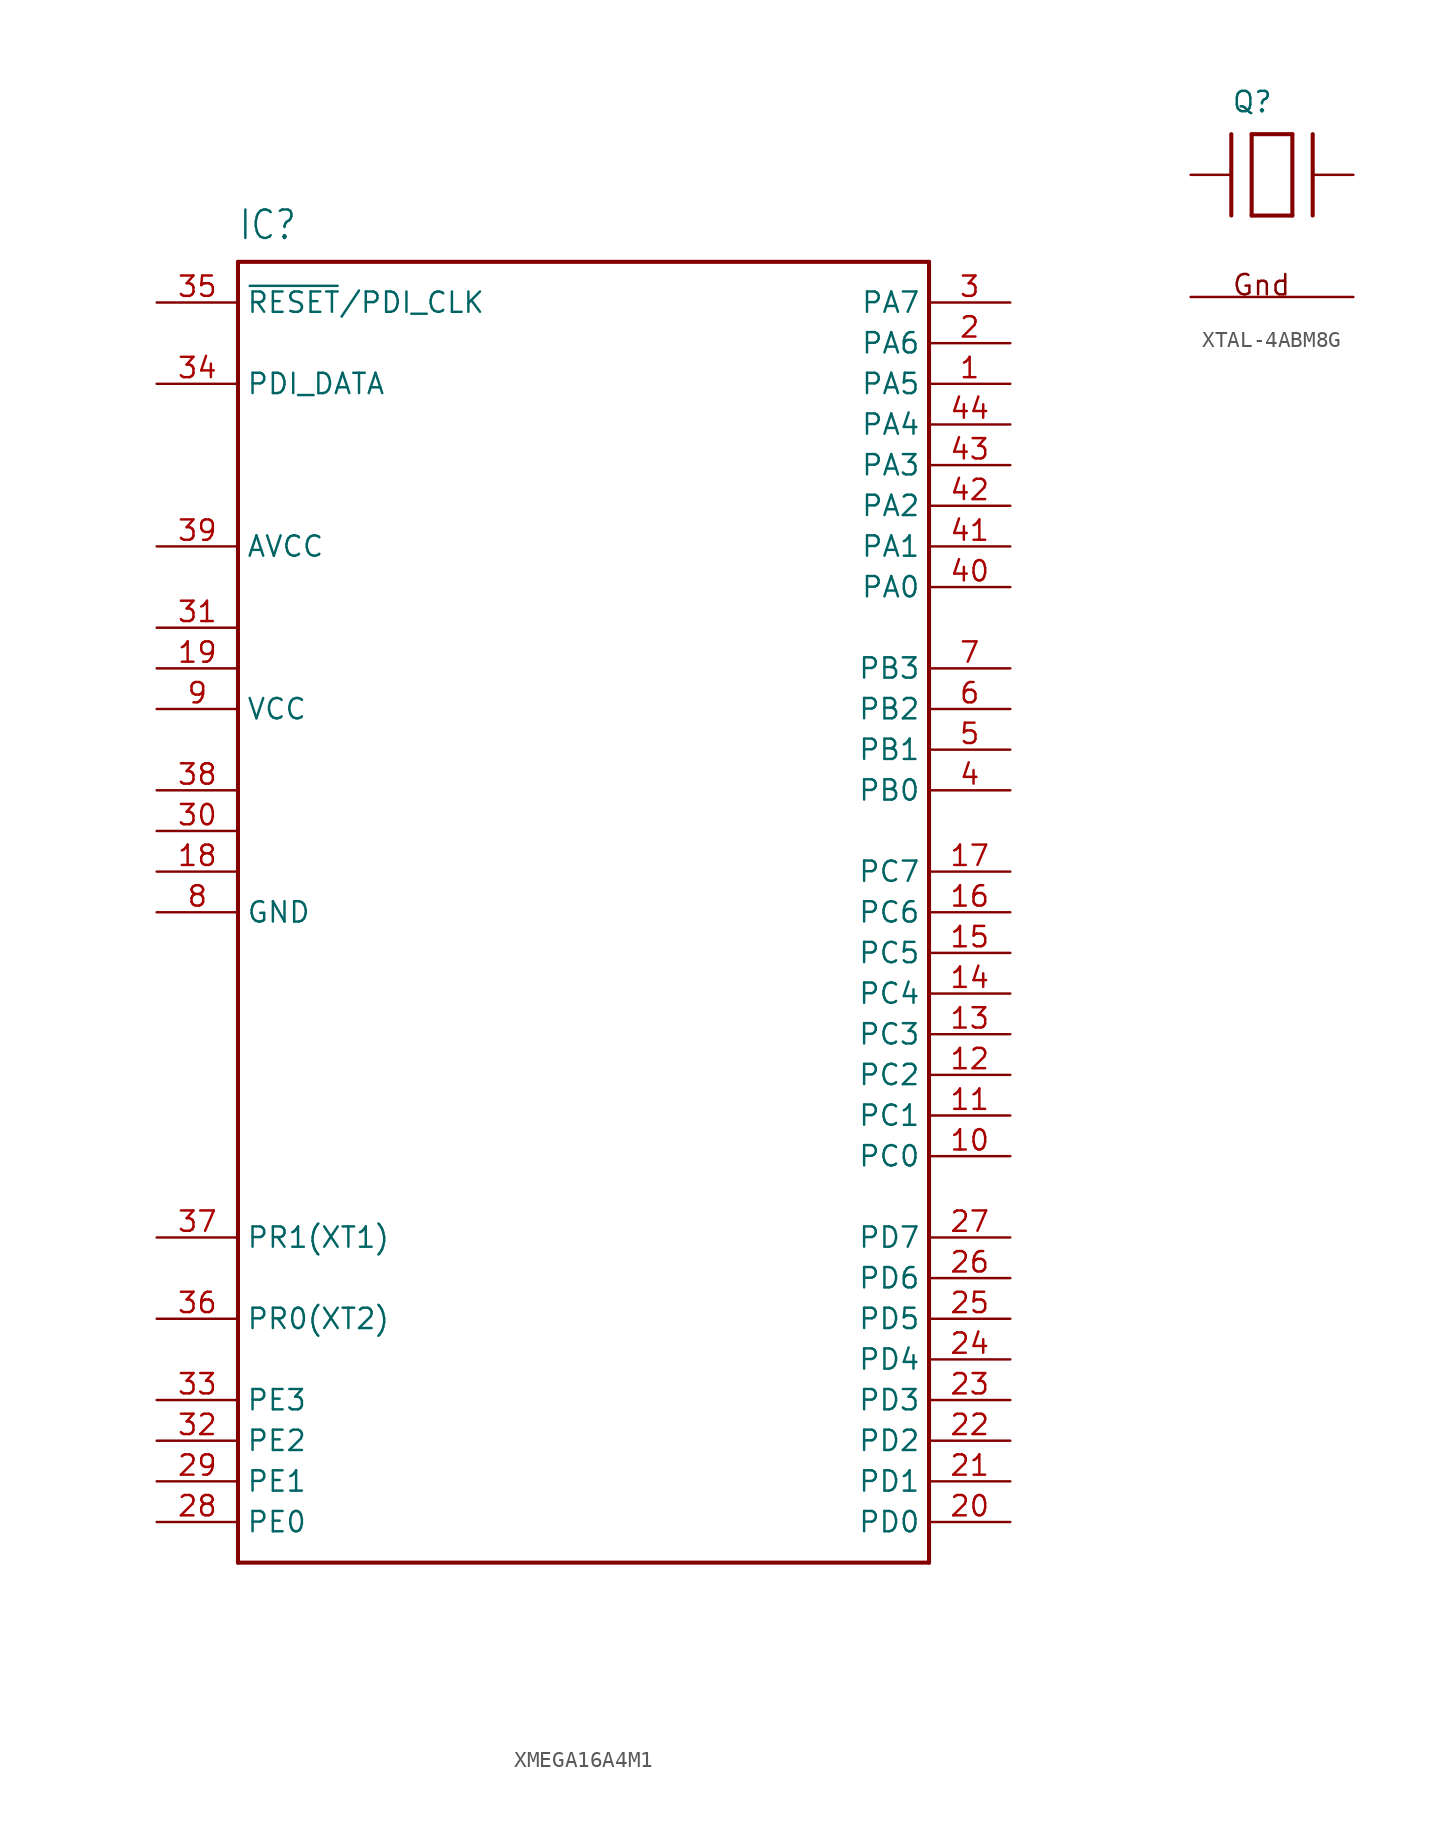
<source format=kicad_sym>
(kicad_symbol_lib
  (version 20220914)
  (generator kicad_symbol_editor)
  (symbol "XMEGA16A4M1"
    (property "Reference" "IC"
      (at -20.32 41.91 0)
      (effects (font (size 1.778 1.511)) (justify left bottom)))
    (property "Value" ""
      (at -20.32 -43.18 0)
      (effects (font (size 1.778 1.511)) (justify left bottom)))
    (property "ki_locked" ""
      (at 0 0 0)
      (effects (font (size 1.27 1.27))))
    (symbol "XMEGA16A4M1_1_0"
      (polyline (pts (xy -20.32 -40.64) (xy -20.32 40.64)) (stroke (width 0.254) (type solid)) (fill (type none)))
      (polyline (pts (xy -20.32 40.64) (xy 22.86 40.64)) (stroke (width 0.254) (type solid)) (fill (type none)))
      (polyline (pts (xy 22.86 -40.64) (xy -20.32 -40.64)) (stroke (width 0.254) (type solid)) (fill (type none)))
      (polyline (pts (xy 22.86 40.64) (xy 22.86 -40.64)) (stroke (width 0.254) (type solid)) (fill (type none)))
      (pin bidirectional line (at 27.94 33.02 180) (length 5.08) (name "PA5" (effects (font (size 1.27 1.27)))) (number "1" (effects (font (size 1.27 1.27)))))
      (pin bidirectional line (at 27.94 -15.24 180) (length 5.08) (name "PC0" (effects (font (size 1.27 1.27)))) (number "10" (effects (font (size 1.27 1.27)))))
      (pin bidirectional line (at 27.94 -12.7 180) (length 5.08) (name "PC1" (effects (font (size 1.27 1.27)))) (number "11" (effects (font (size 1.27 1.27)))))
      (pin bidirectional line (at 27.94 -10.16 180) (length 5.08) (name "PC2" (effects (font (size 1.27 1.27)))) (number "12" (effects (font (size 1.27 1.27)))))
      (pin bidirectional line (at 27.94 -7.62 180) (length 5.08) (name "PC3" (effects (font (size 1.27 1.27)))) (number "13" (effects (font (size 1.27 1.27)))))
      (pin bidirectional line (at 27.94 -5.08 180) (length 5.08) (name "PC4" (effects (font (size 1.27 1.27)))) (number "14" (effects (font (size 1.27 1.27)))))
      (pin bidirectional line (at 27.94 -2.54 180) (length 5.08) (name "PC5" (effects (font (size 1.27 1.27)))) (number "15" (effects (font (size 1.27 1.27)))))
      (pin bidirectional line (at 27.94 0 180) (length 5.08) (name "PC6" (effects (font (size 1.27 1.27)))) (number "16" (effects (font (size 1.27 1.27)))))
      (pin bidirectional line (at 27.94 2.54 180) (length 5.08) (name "PC7" (effects (font (size 1.27 1.27)))) (number "17" (effects (font (size 1.27 1.27)))))
      (pin power_in line (at -25.4 2.54 0) (length 5.08) (name "GND1" (effects (font (size 0 0)))) (number "18" (effects (font (size 1.27 1.27)))))
      (pin power_in line (at -25.4 15.24 0) (length 5.08) (name "VCC1" (effects (font (size 0 0)))) (number "19" (effects (font (size 1.27 1.27)))))
      (pin bidirectional line (at 27.94 35.56 180) (length 5.08) (name "PA6" (effects (font (size 1.27 1.27)))) (number "2" (effects (font (size 1.27 1.27)))))
      (pin bidirectional line (at 27.94 -38.1 180) (length 5.08) (name "PD0" (effects (font (size 1.27 1.27)))) (number "20" (effects (font (size 1.27 1.27)))))
      (pin bidirectional line (at 27.94 -35.56 180) (length 5.08) (name "PD1" (effects (font (size 1.27 1.27)))) (number "21" (effects (font (size 1.27 1.27)))))
      (pin bidirectional line (at 27.94 -33.02 180) (length 5.08) (name "PD2" (effects (font (size 1.27 1.27)))) (number "22" (effects (font (size 1.27 1.27)))))
      (pin bidirectional line (at 27.94 -30.48 180) (length 5.08) (name "PD3" (effects (font (size 1.27 1.27)))) (number "23" (effects (font (size 1.27 1.27)))))
      (pin bidirectional line (at 27.94 -27.94 180) (length 5.08) (name "PD4" (effects (font (size 1.27 1.27)))) (number "24" (effects (font (size 1.27 1.27)))))
      (pin bidirectional line (at 27.94 -25.4 180) (length 5.08) (name "PD5" (effects (font (size 1.27 1.27)))) (number "25" (effects (font (size 1.27 1.27)))))
      (pin bidirectional line (at 27.94 -22.86 180) (length 5.08) (name "PD6" (effects (font (size 1.27 1.27)))) (number "26" (effects (font (size 1.27 1.27)))))
      (pin bidirectional line (at 27.94 -20.32 180) (length 5.08) (name "PD7" (effects (font (size 1.27 1.27)))) (number "27" (effects (font (size 1.27 1.27)))))
      (pin bidirectional line (at -25.4 -38.1 0) (length 5.08) (name "PE0" (effects (font (size 1.27 1.27)))) (number "28" (effects (font (size 1.27 1.27)))))
      (pin bidirectional line (at -25.4 -35.56 0) (length 5.08) (name "PE1" (effects (font (size 1.27 1.27)))) (number "29" (effects (font (size 1.27 1.27)))))
      (pin bidirectional line (at 27.94 38.1 180) (length 5.08) (name "PA7" (effects (font (size 1.27 1.27)))) (number "3" (effects (font (size 1.27 1.27)))))
      (pin power_in line (at -25.4 5.08 0) (length 5.08) (name "GND2" (effects (font (size 0 0)))) (number "30" (effects (font (size 1.27 1.27)))))
      (pin power_in line (at -25.4 17.78 0) (length 5.08) (name "VCC2" (effects (font (size 0 0)))) (number "31" (effects (font (size 1.27 1.27)))))
      (pin bidirectional line (at -25.4 -33.02 0) (length 5.08) (name "PE2" (effects (font (size 1.27 1.27)))) (number "32" (effects (font (size 1.27 1.27)))))
      (pin bidirectional line (at -25.4 -30.48 0) (length 5.08) (name "PE3" (effects (font (size 1.27 1.27)))) (number "33" (effects (font (size 1.27 1.27)))))
      (pin bidirectional line (at -25.4 33.02 0) (length 5.08) (name "PDI_DATA" (effects (font (size 1.27 1.27)))) (number "34" (effects (font (size 1.27 1.27)))))
      (pin bidirectional line (at -25.4 38.1 0) (length 5.08) (name "~{RESET}/PDI_CLK" (effects (font (size 1.27 1.27)))) (number "35" (effects (font (size 1.27 1.27)))))
      (pin bidirectional line (at -25.4 -25.4 0) (length 5.08) (name "PR0(XT2)" (effects (font (size 1.27 1.27)))) (number "36" (effects (font (size 1.27 1.27)))))
      (pin bidirectional line (at -25.4 -20.32 0) (length 5.08) (name "PR1(XT1)" (effects (font (size 1.27 1.27)))) (number "37" (effects (font (size 1.27 1.27)))))
      (pin power_in line (at -25.4 7.62 0) (length 5.08) (name "GND3" (effects (font (size 0 0)))) (number "38" (effects (font (size 1.27 1.27)))))
      (pin power_in line (at -25.4 22.86 0) (length 5.08) (name "AVCC" (effects (font (size 1.27 1.27)))) (number "39" (effects (font (size 1.27 1.27)))))
      (pin bidirectional line (at 27.94 7.62 180) (length 5.08) (name "PB0" (effects (font (size 1.27 1.27)))) (number "4" (effects (font (size 1.27 1.27)))))
      (pin bidirectional line (at 27.94 20.32 180) (length 5.08) (name "PA0" (effects (font (size 1.27 1.27)))) (number "40" (effects (font (size 1.27 1.27)))))
      (pin bidirectional line (at 27.94 22.86 180) (length 5.08) (name "PA1" (effects (font (size 1.27 1.27)))) (number "41" (effects (font (size 1.27 1.27)))))
      (pin bidirectional line (at 27.94 25.4 180) (length 5.08) (name "PA2" (effects (font (size 1.27 1.27)))) (number "42" (effects (font (size 1.27 1.27)))))
      (pin bidirectional line (at 27.94 27.94 180) (length 5.08) (name "PA3" (effects (font (size 1.27 1.27)))) (number "43" (effects (font (size 1.27 1.27)))))
      (pin bidirectional line (at 27.94 30.48 180) (length 5.08) (name "PA4" (effects (font (size 1.27 1.27)))) (number "44" (effects (font (size 1.27 1.27)))))
      (pin bidirectional line (at 27.94 10.16 180) (length 5.08) (name "PB1" (effects (font (size 1.27 1.27)))) (number "5" (effects (font (size 1.27 1.27)))))
      (pin bidirectional line (at 27.94 12.7 180) (length 5.08) (name "PB2" (effects (font (size 1.27 1.27)))) (number "6" (effects (font (size 1.27 1.27)))))
      (pin bidirectional line (at 27.94 15.24 180) (length 5.08) (name "PB3" (effects (font (size 1.27 1.27)))) (number "7" (effects (font (size 1.27 1.27)))))
      (pin power_in line (at -25.4 0 0) (length 5.08) (name "GND" (effects (font (size 1.27 1.27)))) (number "8" (effects (font (size 1.27 1.27)))))
      (pin power_in line (at -25.4 12.7 0) (length 5.08) (name "VCC" (effects (font (size 1.27 1.27)))) (number "9" (effects (font (size 1.27 1.27)))))))
  (symbol "XTAL-4ABM8G"
    (property "Reference" "Q"
      (at -2.54 3.81 0)
      (effects (font (size 1.27 1.27)) (justify left bottom)))
    (property "Value" ""
      (at -3.81 -5.08 0)
      (effects (font (size 1.27 1.27)) (justify left bottom)))
    (property "ki_locked" ""
      (at 0 0 0)
      (effects (font (size 1.27 1.27))))
    (symbol "XTAL-4ABM8G_1_0"
      (polyline (pts (xy -2.54 2.54) (xy -2.54 -2.54)) (stroke (width 0.254) (type solid)) (fill (type none)))
      (polyline (pts (xy -1.27 -2.54) (xy 1.27 -2.54)) (stroke (width 0.254) (type solid)) (fill (type none)))
      (polyline (pts (xy -1.27 2.54) (xy -1.27 -2.54)) (stroke (width 0.254) (type solid)) (fill (type none)))
      (polyline (pts (xy 1.27 -2.54) (xy 1.27 2.54)) (stroke (width 0.254) (type solid)) (fill (type none)))
      (polyline (pts (xy 1.27 2.54) (xy -1.27 2.54)) (stroke (width 0.254) (type solid)) (fill (type none)))
      (polyline (pts (xy 2.54 2.54) (xy 2.54 -2.54)) (stroke (width 0.254) (type solid)) (fill (type none)))
      (text "Gnd" (at -2.54 -7.62 0) (effects (font (size 1.27 1.27)) (justify left bottom)))
      (pin bidirectional line (at -5.08 0 0) (length 2.54) (name "X1" (effects (font (size 0 0)))) (number "1" (effects (font (size 0 0)))))
      (pin power_in line (at -5.08 -7.62 0) (length 5.08) (name "G1" (effects (font (size 0 0)))) (number "2" (effects (font (size 0 0)))))
      (pin bidirectional line (at 5.08 0 180) (length 2.54) (name "X2" (effects (font (size 0 0)))) (number "3" (effects (font (size 0 0)))))
      (pin power_in line (at 5.08 -7.62 180) (length 5.08) (name "G2" (effects (font (size 0 0)))) (number "4" (effects (font (size 0 0))))))))
</source>
